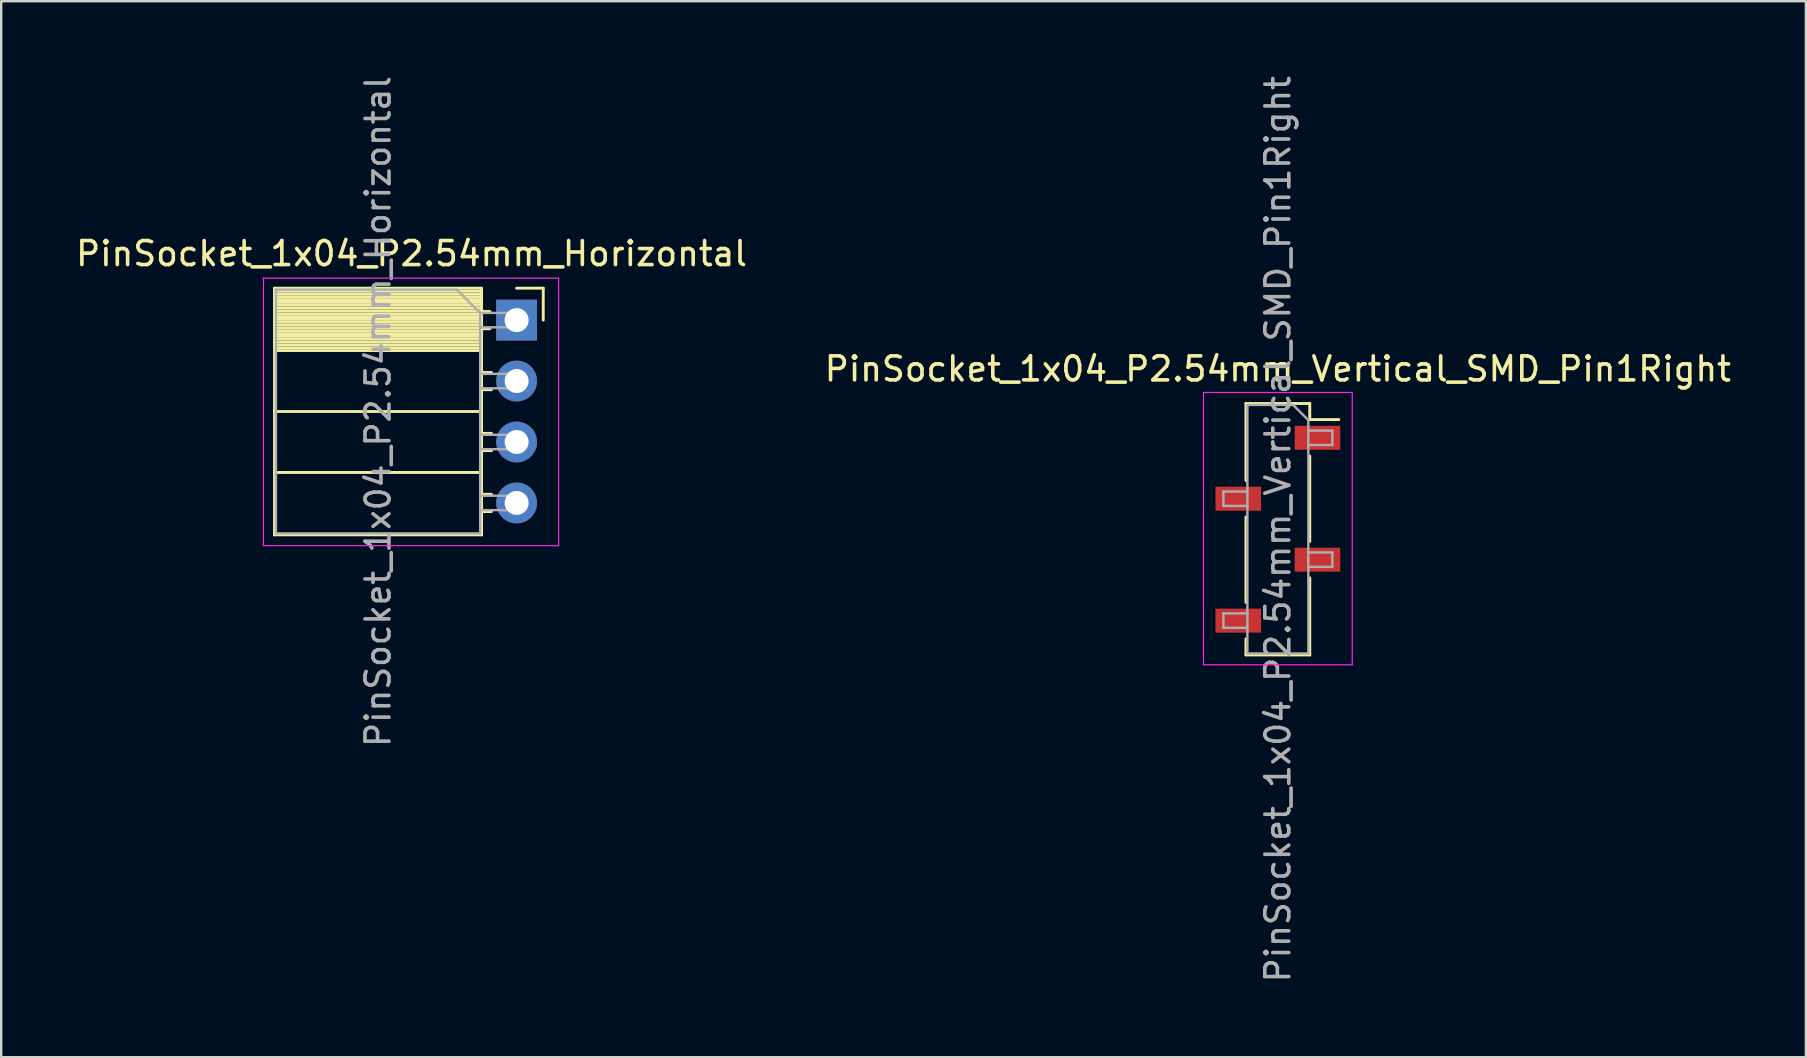
<source format=kicad_pcb>
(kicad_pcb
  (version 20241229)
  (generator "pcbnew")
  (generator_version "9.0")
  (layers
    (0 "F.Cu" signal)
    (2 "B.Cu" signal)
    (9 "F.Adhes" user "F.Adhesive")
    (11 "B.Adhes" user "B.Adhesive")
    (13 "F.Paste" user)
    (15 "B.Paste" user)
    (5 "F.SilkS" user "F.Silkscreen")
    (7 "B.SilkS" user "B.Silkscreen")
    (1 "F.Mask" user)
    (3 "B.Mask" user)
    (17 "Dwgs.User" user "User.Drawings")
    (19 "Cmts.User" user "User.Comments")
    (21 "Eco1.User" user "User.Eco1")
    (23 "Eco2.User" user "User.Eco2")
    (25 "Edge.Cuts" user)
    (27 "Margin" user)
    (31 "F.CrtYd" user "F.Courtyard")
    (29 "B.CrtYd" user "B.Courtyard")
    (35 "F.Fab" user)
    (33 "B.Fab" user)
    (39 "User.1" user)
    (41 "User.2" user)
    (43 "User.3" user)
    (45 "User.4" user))
  (footprint "PinSocket_1x04_P2.54mm_Vertical_SMD_Pin1Right"
    (layer "F.Cu")
    (at 50.208 19.006)
    (property "Reference" "PinSocket_1x04_P2.54mm_Vertical_SMD_Pin1Right" (at 0 -6.68 0) (layer "F.SilkS") (effects (font (size 1 1) (thickness 0.15))))
    (attr smd)
    (fp_line (start -1.33 -5.24) (end -1.33 -2.03) (stroke (width 0.12) (type solid)) (layer "F.SilkS"))
    (fp_line (start -1.33 -5.24) (end 1.33 -5.24) (stroke (width 0.12) (type solid)) (layer "F.SilkS"))
    (fp_line (start -1.33 -0.51) (end -1.33 3.05) (stroke (width 0.12) (type solid)) (layer "F.SilkS"))
    (fp_line (start -1.33 4.57) (end -1.33 5.24) (stroke (width 0.12) (type solid)) (layer "F.SilkS"))
    (fp_line (start -1.33 5.24) (end 1.33 5.24) (stroke (width 0.12) (type solid)) (layer "F.SilkS"))
    (fp_line (start 1.33 -5.24) (end 1.33 -4.57) (stroke (width 0.12) (type solid)) (layer "F.SilkS"))
    (fp_line (start 1.33 -4.57) (end 2.54 -4.57) (stroke (width 0.12) (type solid)) (layer "F.SilkS"))
    (fp_line (start 1.33 -3.05) (end 1.33 0.51) (stroke (width 0.12) (type solid)) (layer "F.SilkS"))
    (fp_line (start 1.33 2.03) (end 1.33 5.24) (stroke (width 0.12) (type solid)) (layer "F.SilkS"))
    (fp_line (start -3.1 -5.7) (end 3.1 -5.7) (stroke (width 0.05) (type solid)) (layer "F.CrtYd"))
    (fp_line (start -3.1 5.65) (end -3.1 -5.7) (stroke (width 0.05) (type solid)) (layer "F.CrtYd"))
    (fp_line (start 3.1 -5.7) (end 3.1 5.65) (stroke (width 0.05) (type solid)) (layer "F.CrtYd"))
    (fp_line (start 3.1 5.65) (end -3.1 5.65) (stroke (width 0.05) (type solid)) (layer "F.CrtYd"))
    (fp_line (start -2.27 -1.57) (end -1.27 -1.57) (stroke (width 0.1) (type solid)) (layer "F.Fab"))
    (fp_line (start -2.27 -0.97) (end -2.27 -1.57) (stroke (width 0.1) (type solid)) (layer "F.Fab"))
    (fp_line (start -2.27 3.51) (end -1.27 3.51) (stroke (width 0.1) (type solid)) (layer "F.Fab"))
    (fp_line (start -2.27 4.11) (end -2.27 3.51) (stroke (width 0.1) (type solid)) (layer "F.Fab"))
    (fp_line (start -1.27 -5.18) (end 0.635 -5.18) (stroke (width 0.1) (type solid)) (layer "F.Fab"))
    (fp_line (start -1.27 -0.97) (end -2.27 -0.97) (stroke (width 0.1) (type solid)) (layer "F.Fab"))
    (fp_line (start -1.27 4.11) (end -2.27 4.11) (stroke (width 0.1) (type solid)) (layer "F.Fab"))
    (fp_line (start -1.27 5.18) (end -1.27 -5.18) (stroke (width 0.1) (type solid)) (layer "F.Fab"))
    (fp_line (start 0.635 -5.18) (end 1.27 -4.545) (stroke (width 0.1) (type solid)) (layer "F.Fab"))
    (fp_line (start 1.27 -4.545) (end 1.27 5.18) (stroke (width 0.1) (type solid)) (layer "F.Fab"))
    (fp_line (start 1.27 -4.11) (end 2.27 -4.11) (stroke (width 0.1) (type solid)) (layer "F.Fab"))
    (fp_line (start 1.27 0.97) (end 2.27 0.97) (stroke (width 0.1) (type solid)) (layer "F.Fab"))
    (fp_line (start 1.27 5.18) (end -1.27 5.18) (stroke (width 0.1) (type solid)) (layer "F.Fab"))
    (fp_line (start 2.27 -4.11) (end 2.27 -3.51) (stroke (width 0.1) (type solid)) (layer "F.Fab"))
    (fp_line (start 2.27 -3.51) (end 1.27 -3.51) (stroke (width 0.1) (type solid)) (layer "F.Fab"))
    (fp_line (start 2.27 0.97) (end 2.27 1.57) (stroke (width 0.1) (type solid)) (layer "F.Fab"))
    (fp_line (start 2.27 1.57) (end 1.27 1.57) (stroke (width 0.1) (type solid)) (layer "F.Fab"))
    (fp_text user "${REFERENCE}" (at 0 0 90) (layer "F.Fab") (effects (font (size 1 1) (thickness 0.15))))
    (pad "1" smd rect (at 1.65 -3.81) (size 1.9 1) (layers "F.Cu" "F.Mask" "F.Paste"))
    (pad "2" smd rect (at -1.65 -1.27) (size 1.9 1) (layers "F.Cu" "F.Mask" "F.Paste"))
    (pad "3" smd rect (at 1.65 1.27) (size 1.9 1) (layers "F.Cu" "F.Mask" "F.Paste"))
    (pad "4" smd rect (at -1.65 3.81) (size 1.9 1) (layers "F.Cu" "F.Mask" "F.Paste")))
  (footprint "PinSocket_1x04_P2.54mm_Horizontal"
    (layer "F.Cu")
    (at 18.481 10.291)
    (property "Reference" "PinSocket_1x04_P2.54mm_Horizontal" (at -4.38 -2.77 0) (layer "F.SilkS") (effects (font (size 1 1) (thickness 0.15))))
    (attr through_hole)
    (fp_line (start -10.09 -1.33) (end -10.09 8.95) (stroke (width 0.12) (type solid)) (layer "F.SilkS"))
    (fp_line (start -10.09 -1.33) (end -1.46 -1.33) (stroke (width 0.12) (type solid)) (layer "F.SilkS"))
    (fp_line (start -10.09 -1.21) (end -1.46 -1.21) (stroke (width 0.12) (type solid)) (layer "F.SilkS"))
    (fp_line (start -10.09 -1.092) (end -1.46 -1.092) (stroke (width 0.12) (type solid)) (layer "F.SilkS"))
    (fp_line (start -10.09 -0.974) (end -1.46 -0.974) (stroke (width 0.12) (type solid)) (layer "F.SilkS"))
    (fp_line (start -10.09 -0.856) (end -1.46 -0.856) (stroke (width 0.12) (type solid)) (layer "F.SilkS"))
    (fp_line (start -10.09 -0.738) (end -1.46 -0.738) (stroke (width 0.12) (type solid)) (layer "F.SilkS"))
    (fp_line (start -10.09 -0.62) (end -1.46 -0.62) (stroke (width 0.12) (type solid)) (layer "F.SilkS"))
    (fp_line (start -10.09 -0.501) (end -1.46 -0.501) (stroke (width 0.12) (type solid)) (layer "F.SilkS"))
    (fp_line (start -10.09 -0.383) (end -1.46 -0.383) (stroke (width 0.12) (type solid)) (layer "F.SilkS"))
    (fp_line (start -10.09 -0.265) (end -1.46 -0.265) (stroke (width 0.12) (type solid)) (layer "F.SilkS"))
    (fp_line (start -10.09 -0.147) (end -1.46 -0.147) (stroke (width 0.12) (type solid)) (layer "F.SilkS"))
    (fp_line (start -10.09 -0.029) (end -1.46 -0.029) (stroke (width 0.12) (type solid)) (layer "F.SilkS"))
    (fp_line (start -10.09 0.089) (end -1.46 0.089) (stroke (width 0.12) (type solid)) (layer "F.SilkS"))
    (fp_line (start -10.09 0.207) (end -1.46 0.207) (stroke (width 0.12) (type solid)) (layer "F.SilkS"))
    (fp_line (start -10.09 0.325) (end -1.46 0.325) (stroke (width 0.12) (type solid)) (layer "F.SilkS"))
    (fp_line (start -10.09 0.443) (end -1.46 0.443) (stroke (width 0.12) (type solid)) (layer "F.SilkS"))
    (fp_line (start -10.09 0.561) (end -1.46 0.561) (stroke (width 0.12) (type solid)) (layer "F.SilkS"))
    (fp_line (start -10.09 0.68) (end -1.46 0.68) (stroke (width 0.12) (type solid)) (layer "F.SilkS"))
    (fp_line (start -10.09 0.798) (end -1.46 0.798) (stroke (width 0.12) (type solid)) (layer "F.SilkS"))
    (fp_line (start -10.09 0.916) (end -1.46 0.916) (stroke (width 0.12) (type solid)) (layer "F.SilkS"))
    (fp_line (start -10.09 1.034) (end -1.46 1.034) (stroke (width 0.12) (type solid)) (layer "F.SilkS"))
    (fp_line (start -10.09 1.152) (end -1.46 1.152) (stroke (width 0.12) (type solid)) (layer "F.SilkS"))
    (fp_line (start -10.09 1.27) (end -1.46 1.27) (stroke (width 0.12) (type solid)) (layer "F.SilkS"))
    (fp_line (start -10.09 3.81) (end -1.46 3.81) (stroke (width 0.12) (type solid)) (layer "F.SilkS"))
    (fp_line (start -10.09 6.35) (end -1.46 6.35) (stroke (width 0.12) (type solid)) (layer "F.SilkS"))
    (fp_line (start -10.09 8.95) (end -1.46 8.95) (stroke (width 0.12) (type solid)) (layer "F.SilkS"))
    (fp_line (start -1.46 -1.33) (end -1.46 8.95) (stroke (width 0.12) (type solid)) (layer "F.SilkS"))
    (fp_line (start -1.46 -0.36) (end -1.11 -0.36) (stroke (width 0.12) (type solid)) (layer "F.SilkS"))
    (fp_line (start -1.46 0.36) (end -1.11 0.36) (stroke (width 0.12) (type solid)) (layer "F.SilkS"))
    (fp_line (start -1.46 2.18) (end -1.05 2.18) (stroke (width 0.12) (type solid)) (layer "F.SilkS"))
    (fp_line (start -1.46 2.9) (end -1.05 2.9) (stroke (width 0.12) (type solid)) (layer "F.SilkS"))
    (fp_line (start -1.46 4.72) (end -1.05 4.72) (stroke (width 0.12) (type solid)) (layer "F.SilkS"))
    (fp_line (start -1.46 5.44) (end -1.05 5.44) (stroke (width 0.12) (type solid)) (layer "F.SilkS"))
    (fp_line (start -1.46 7.26) (end -1.05 7.26) (stroke (width 0.12) (type solid)) (layer "F.SilkS"))
    (fp_line (start -1.46 7.98) (end -1.05 7.98) (stroke (width 0.12) (type solid)) (layer "F.SilkS"))
    (fp_line (start 0 -1.33) (end 1.11 -1.33) (stroke (width 0.12) (type solid)) (layer "F.SilkS"))
    (fp_line (start 1.11 -1.33) (end 1.11 0) (stroke (width 0.12) (type solid)) (layer "F.SilkS"))
    (fp_line (start -10.55 -1.75) (end -10.55 9.4) (stroke (width 0.05) (type solid)) (layer "F.CrtYd"))
    (fp_line (start -10.55 9.4) (end 1.75 9.4) (stroke (width 0.05) (type solid)) (layer "F.CrtYd"))
    (fp_line (start 1.75 -1.75) (end -10.55 -1.75) (stroke (width 0.05) (type solid)) (layer "F.CrtYd"))
    (fp_line (start 1.75 9.4) (end 1.75 -1.75) (stroke (width 0.05) (type solid)) (layer "F.CrtYd"))
    (fp_line (start -10.03 -1.27) (end -2.49 -1.27) (stroke (width 0.1) (type solid)) (layer "F.Fab"))
    (fp_line (start -10.03 8.89) (end -10.03 -1.27) (stroke (width 0.1) (type solid)) (layer "F.Fab"))
    (fp_line (start -2.49 -1.27) (end -1.52 -0.3) (stroke (width 0.1) (type solid)) (layer "F.Fab"))
    (fp_line (start -1.52 -0.3) (end -1.52 8.89) (stroke (width 0.1) (type solid)) (layer "F.Fab"))
    (fp_line (start -1.52 0.3) (end 0 0.3) (stroke (width 0.1) (type solid)) (layer "F.Fab"))
    (fp_line (start -1.52 2.84) (end 0 2.84) (stroke (width 0.1) (type solid)) (layer "F.Fab"))
    (fp_line (start -1.52 5.38) (end 0 5.38) (stroke (width 0.1) (type solid)) (layer "F.Fab"))
    (fp_line (start -1.52 7.92) (end 0 7.92) (stroke (width 0.1) (type solid)) (layer "F.Fab"))
    (fp_line (start -1.52 8.89) (end -10.03 8.89) (stroke (width 0.1) (type solid)) (layer "F.Fab"))
    (fp_line (start 0 -0.3) (end -1.52 -0.3) (stroke (width 0.1) (type solid)) (layer "F.Fab"))
    (fp_line (start 0 0.3) (end 0 -0.3) (stroke (width 0.1) (type solid)) (layer "F.Fab"))
    (fp_line (start 0 2.24) (end -1.52 2.24) (stroke (width 0.1) (type solid)) (layer "F.Fab"))
    (fp_line (start 0 2.84) (end 0 2.24) (stroke (width 0.1) (type solid)) (layer "F.Fab"))
    (fp_line (start 0 4.78) (end -1.52 4.78) (stroke (width 0.1) (type solid)) (layer "F.Fab"))
    (fp_line (start 0 5.38) (end 0 4.78) (stroke (width 0.1) (type solid)) (layer "F.Fab"))
    (fp_line (start 0 7.32) (end -1.52 7.32) (stroke (width 0.1) (type solid)) (layer "F.Fab"))
    (fp_line (start 0 7.92) (end 0 7.32) (stroke (width 0.1) (type solid)) (layer "F.Fab"))
    (fp_text user "${REFERENCE}" (at -5.775 3.81 90) (layer "F.Fab") (effects (font (size 1 1) (thickness 0.15))))
    (pad "1" thru_hole rect (at 0 0) (size 1.7 1.7) (drill 1) (layers "*.Cu" "*.Mask"))
    (pad "2" thru_hole circle (at 0 2.54) (size 1.7 1.7) (drill 1) (layers "*.Cu" "*.Mask"))
    (pad "3" thru_hole circle (at 0 5.08) (size 1.7 1.7) (drill 1) (layers "*.Cu" "*.Mask"))
    (pad "4" thru_hole circle (at 0 7.62) (size 1.7 1.7) (drill 1) (layers "*.Cu" "*.Mask")))
  (gr_rect
    (start -3 -3)
    (end 72.214 41.012)
    (stroke (width 0.1) (type default))
    (fill no)
    (layer "Edge.Cuts")))
</source>
